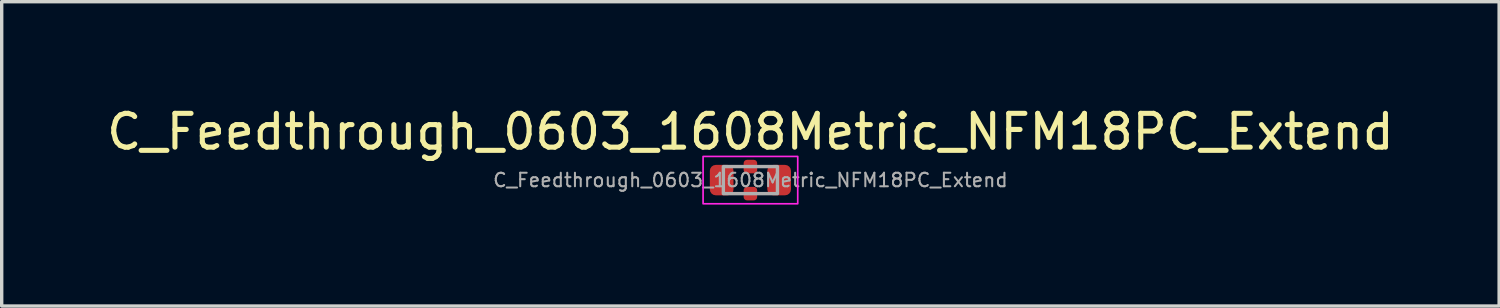
<source format=kicad_pcb>
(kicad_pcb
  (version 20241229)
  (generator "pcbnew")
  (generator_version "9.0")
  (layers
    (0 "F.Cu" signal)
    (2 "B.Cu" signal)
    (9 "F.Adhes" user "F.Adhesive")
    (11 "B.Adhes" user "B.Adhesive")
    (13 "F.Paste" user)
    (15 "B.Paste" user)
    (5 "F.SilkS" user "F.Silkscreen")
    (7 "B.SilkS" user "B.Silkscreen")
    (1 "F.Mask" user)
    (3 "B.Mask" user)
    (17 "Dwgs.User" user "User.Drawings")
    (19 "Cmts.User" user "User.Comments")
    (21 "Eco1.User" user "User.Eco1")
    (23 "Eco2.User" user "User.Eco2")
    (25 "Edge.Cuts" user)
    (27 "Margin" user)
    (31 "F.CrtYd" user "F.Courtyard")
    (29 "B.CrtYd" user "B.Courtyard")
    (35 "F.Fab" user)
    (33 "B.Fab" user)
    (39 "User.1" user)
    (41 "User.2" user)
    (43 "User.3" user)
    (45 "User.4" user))
  (footprint "C_Feedthrough_0603_1608Metric_NFM18PC_Extend"
    (layer "F.Cu")
    (at 19.149 2.278)
    (property "Reference" "C_Feedthrough_0603_1608Metric_NFM18PC_Extend" (at 0 -1.43 0) (unlocked yes) (layer "F.SilkS") (effects (font (size 1 1) (thickness 0.15))))
    (attr smd)
    (fp_rect (start -1.4 -0.7) (end 1.4 0.7) (stroke (width 0.05) (type solid)) (fill no) (layer "F.CrtYd"))
    (fp_rect (start -0.8 -0.4) (end 0.8 0.4) (stroke (width 0.1) (type solid)) (fill no) (layer "F.Fab"))
    (fp_text user "${REFERENCE}" (at 0 0 0) (unlocked yes) (layer "F.Fab") (effects (font (size 0.4 0.4) (thickness 0.06))))
    (pad "1" smd roundrect (at -0.85 0) (size 0.7 0.9) (layers "F.Cu" "F.Mask" "F.Paste") (roundrect_rratio 0.25))
    (pad "2" smd roundrect (at 0 -0.4) (size 0.4 0.4) (layers "F.Cu" "F.Mask" "F.Paste") (roundrect_rratio 0.25))
    (pad "2" smd roundrect (at 0 0.4) (size 0.4 0.4) (layers "F.Cu" "F.Mask" "F.Paste") (roundrect_rratio 0.25))
    (pad "3" smd roundrect (at 0.85 0) (size 0.7 0.9) (layers "F.Cu" "F.Mask" "F.Paste") (roundrect_rratio 0.25)))
  (gr_rect
    (start -3 -3)
    (end 41.298 6.003)
    (stroke (width 0.1) (type default))
    (fill no)
    (layer "Edge.Cuts")))
</source>
